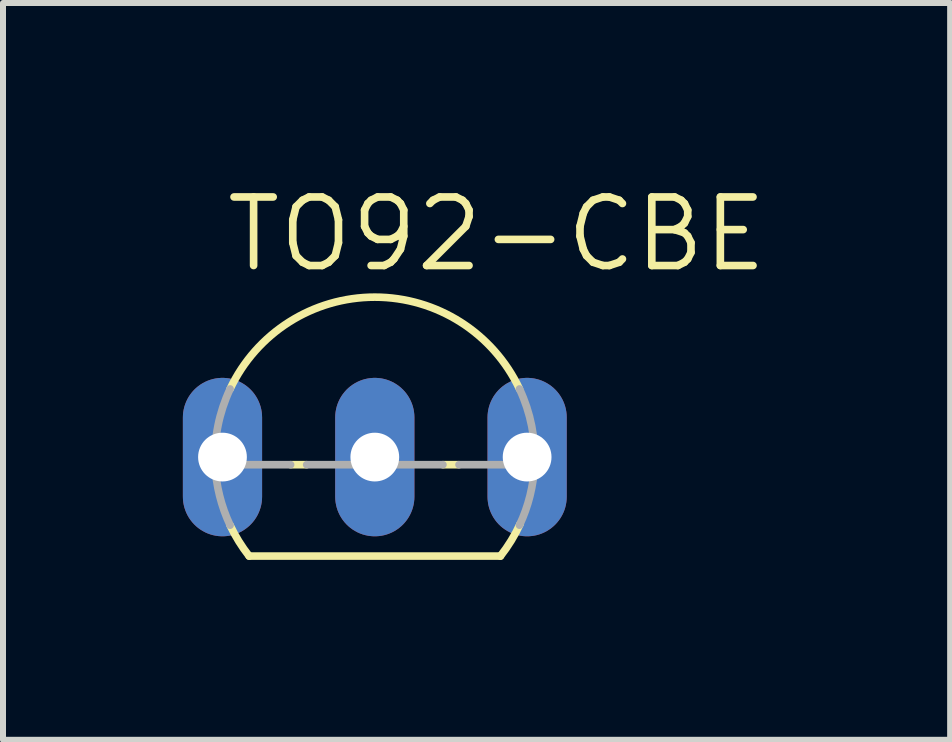
<source format=kicad_pcb>
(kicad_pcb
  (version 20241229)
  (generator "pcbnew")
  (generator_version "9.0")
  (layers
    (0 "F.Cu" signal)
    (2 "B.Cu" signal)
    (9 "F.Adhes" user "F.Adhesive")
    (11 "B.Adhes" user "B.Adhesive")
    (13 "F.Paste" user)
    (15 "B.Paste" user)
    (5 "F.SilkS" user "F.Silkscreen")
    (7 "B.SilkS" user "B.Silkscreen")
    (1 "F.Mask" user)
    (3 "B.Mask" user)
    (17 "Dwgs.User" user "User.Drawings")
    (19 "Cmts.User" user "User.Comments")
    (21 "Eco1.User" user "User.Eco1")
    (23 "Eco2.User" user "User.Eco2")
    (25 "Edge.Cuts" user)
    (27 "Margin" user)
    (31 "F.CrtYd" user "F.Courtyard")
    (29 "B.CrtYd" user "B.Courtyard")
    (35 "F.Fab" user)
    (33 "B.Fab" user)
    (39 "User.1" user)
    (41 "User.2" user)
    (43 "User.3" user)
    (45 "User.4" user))
  (footprint "TO92-CBE"
    (layer "F.Cu")
    (at 3.2 4.572)
    (property "Reference" "TO92-CBE" (at -2.54 -3.048 0) (layer "F.SilkS") (effects (font (size 1.143 1.143) (thickness 0.127)) (justify left bottom)))
    (fp_line (start -2.095 1.651) (end 2.095 1.651) (stroke (width 0.127) (type solid)) (layer "F.SilkS"))
    (fp_line (start -1.136 0.127) (end -1.404 0.127) (stroke (width 0.127) (type solid)) (layer "F.SilkS"))
    (fp_line (start 1.404 0.127) (end 1.136 0.127) (stroke (width 0.127) (type solid)) (layer "F.SilkS"))
    (fp_arc (start -2.413 -1.1359) (mid -0.000001 -2.666986) (end 2.412999 -1.135901) (stroke (width 0.127) (type solid)) (layer "F.SilkS"))
    (fp_arc (start -2.095 1.651) (mid -2.268918 1.40252) (end -2.4135 1.1359) (stroke (width 0.127) (type solid)) (layer "F.SilkS"))
    (fp_arc (start 2.4247 1.1118) (mid 2.275878 1.391201) (end 2.095 1.651) (stroke (width 0.127) (type solid)) (layer "F.SilkS"))
    (fp_line (start -1.404 0.127) (end -2.664 0.127) (stroke (width 0.127) (type solid)) (layer "F.Fab"))
    (fp_line (start 1.136 0.127) (end -1.136 0.127) (stroke (width 0.127) (type solid)) (layer "F.Fab"))
    (fp_line (start 2.664 0.127) (end 1.404 0.127) (stroke (width 0.127) (type solid)) (layer "F.Fab"))
    (fp_arc (start -2.664 0.127) (mid -2.615858 -0.519825) (end -2.413 -1.1359) (stroke (width 0.127) (type solid)) (layer "F.Fab"))
    (fp_arc (start -2.413 1.1359) (mid -2.588137 0.643799) (end -2.664 0.127) (stroke (width 0.127) (type solid)) (layer "F.Fab"))
    (fp_arc (start 2.413 -1.1359) (mid 2.615858 -0.519825) (end 2.664 0.127) (stroke (width 0.127) (type solid)) (layer "F.Fab"))
    (fp_arc (start 2.664 0.127) (mid 2.588137 0.643799) (end 2.413 1.1359) (stroke (width 0.127) (type solid)) (layer "F.Fab"))
    (pad "B" thru_hole oval (at 0 0 90) (size 2.642 1.321) (drill 0.813) (layers "*.Cu" "*.Mask"))
    (pad "C" thru_hole oval (at -2.54 0 90) (size 2.642 1.321) (drill 0.813) (layers "*.Cu" "*.Mask"))
    (pad "E" thru_hole oval (at 2.54 0 90) (size 2.642 1.321) (drill 0.813) (layers "*.Cu" "*.Mask")))
  (gr_rect
    (start -3 -3)
    (end 12.794 9.287)
    (stroke (width 0.1) (type default))
    (fill no)
    (layer "Edge.Cuts")))
</source>
